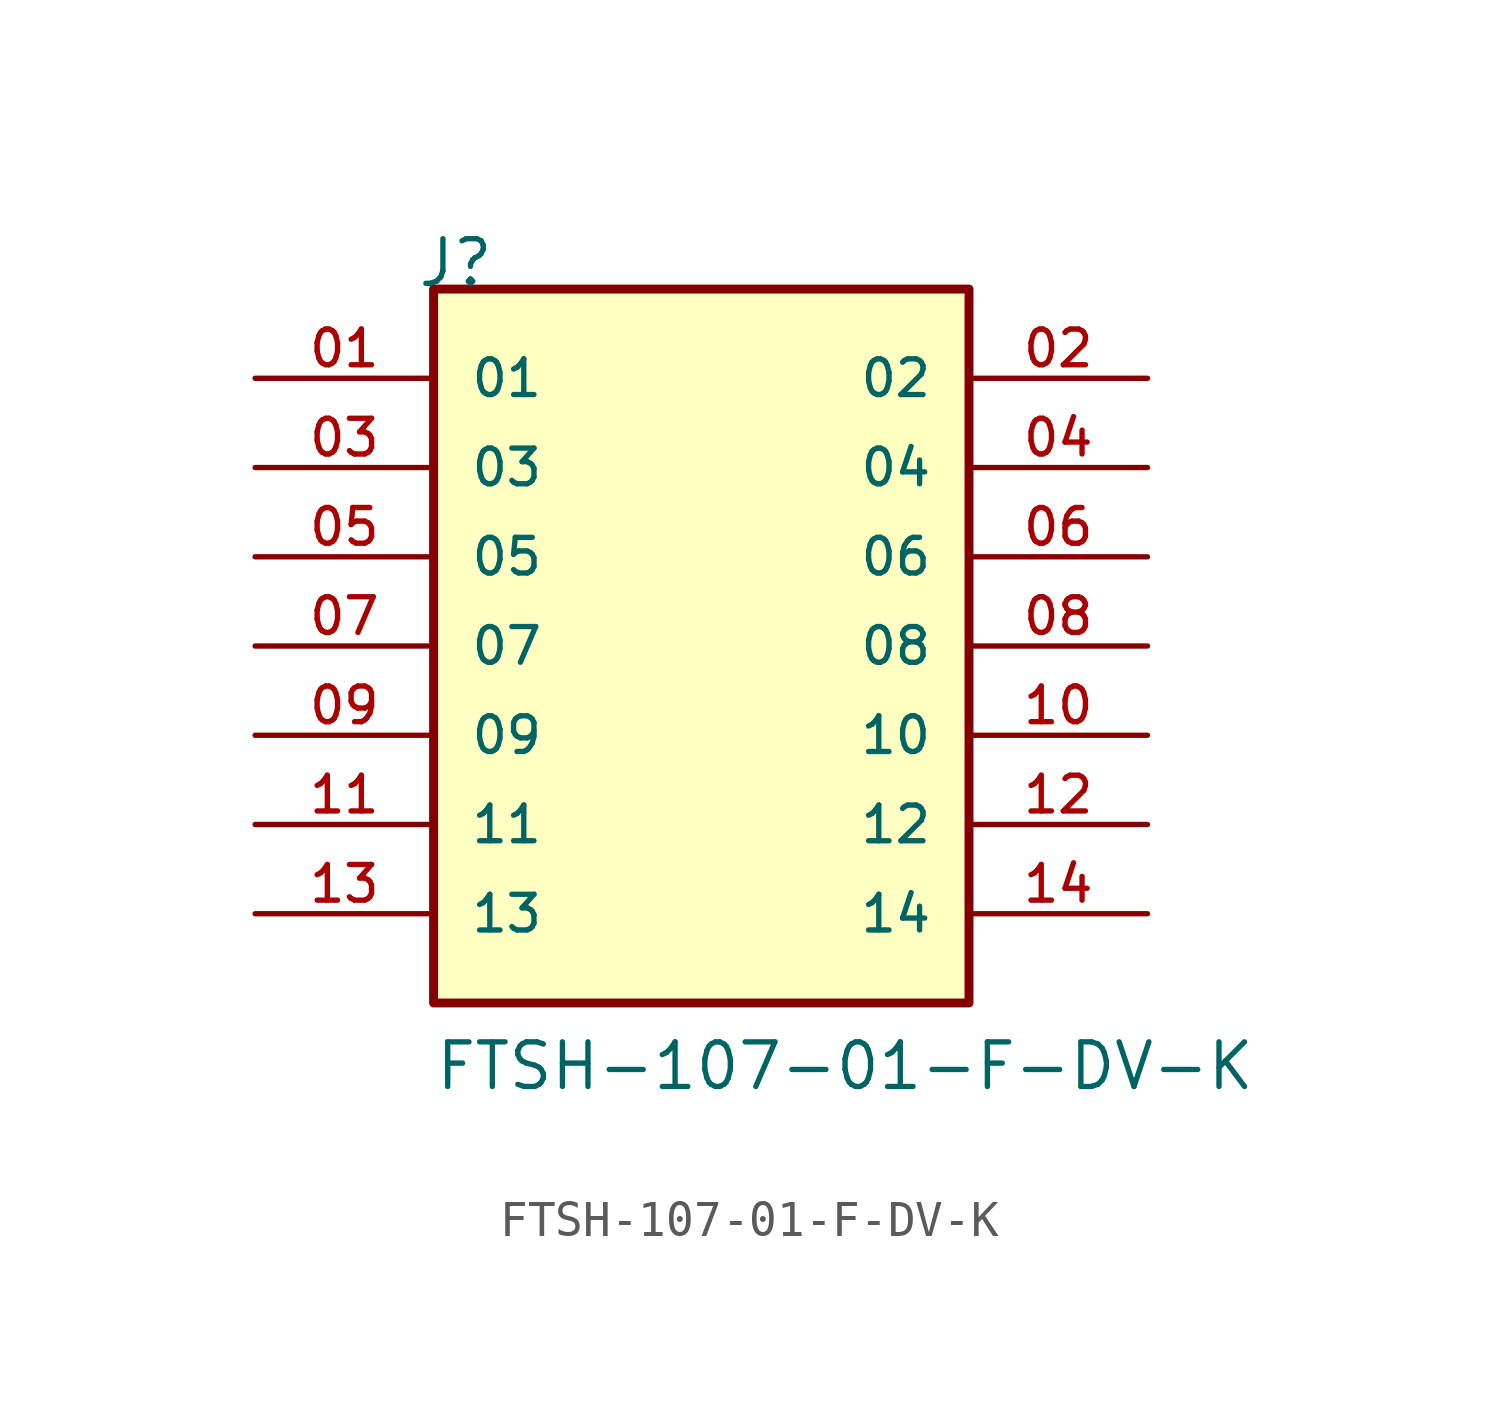
<source format=kicad_sym>
(kicad_symbol_lib
  (version 20211014)
  (generator kicad_symbol_editor)
  (symbol "FTSH-107-01-F-DV-K"
    (pin_names
      (offset 1.016))
    (property "Reference" "J"
      (at -8.12 10.16 0)
      (effects (font (size 1.27 1.27)) (justify bottom left)))
    (property "Value" "FTSH-107-01-F-DV-K"
      (at -7.62 -12.7 0)
      (effects (font (size 1.27 1.27)) (justify bottom left)))
    (symbol "FTSH-107-01-F-DV-K_0_0"
      (rectangle (start -7.62 -10.16) (end 7.62 10.16) (stroke (width 0.254)) (fill (type background)))
      (pin passive line (at -12.7 7.62 0) (length 5.08) (name "01" (effects (font (size 1.016 1.016)))) (number "01" (effects (font (size 1.016 1.016)))))
      (pin passive line (at 12.7 7.62 180.0) (length 5.08) (name "02" (effects (font (size 1.016 1.016)))) (number "02" (effects (font (size 1.016 1.016)))))
      (pin passive line (at -12.7 5.08 0) (length 5.08) (name "03" (effects (font (size 1.016 1.016)))) (number "03" (effects (font (size 1.016 1.016)))))
      (pin passive line (at 12.7 5.08 180.0) (length 5.08) (name "04" (effects (font (size 1.016 1.016)))) (number "04" (effects (font (size 1.016 1.016)))))
      (pin passive line (at -12.7 2.54 0) (length 5.08) (name "05" (effects (font (size 1.016 1.016)))) (number "05" (effects (font (size 1.016 1.016)))))
      (pin passive line (at 12.7 2.54 180.0) (length 5.08) (name "06" (effects (font (size 1.016 1.016)))) (number "06" (effects (font (size 1.016 1.016)))))
      (pin passive line (at -12.7 0.0 0) (length 5.08) (name "07" (effects (font (size 1.016 1.016)))) (number "07" (effects (font (size 1.016 1.016)))))
      (pin passive line (at 12.7 0.0 180.0) (length 5.08) (name "08" (effects (font (size 1.016 1.016)))) (number "08" (effects (font (size 1.016 1.016)))))
      (pin passive line (at -12.7 -2.54 0) (length 5.08) (name "09" (effects (font (size 1.016 1.016)))) (number "09" (effects (font (size 1.016 1.016)))))
      (pin passive line (at 12.7 -2.54 180.0) (length 5.08) (name "10" (effects (font (size 1.016 1.016)))) (number "10" (effects (font (size 1.016 1.016)))))
      (pin passive line (at -12.7 -5.08 0) (length 5.08) (name "11" (effects (font (size 1.016 1.016)))) (number "11" (effects (font (size 1.016 1.016)))))
      (pin passive line (at 12.7 -5.08 180.0) (length 5.08) (name "12" (effects (font (size 1.016 1.016)))) (number "12" (effects (font (size 1.016 1.016)))))
      (pin passive line (at -12.7 -7.62 0) (length 5.08) (name "13" (effects (font (size 1.016 1.016)))) (number "13" (effects (font (size 1.016 1.016)))))
      (pin passive line (at 12.7 -7.62 180.0) (length 5.08) (name "14" (effects (font (size 1.016 1.016)))) (number "14" (effects (font (size 1.016 1.016))))))))
</source>
